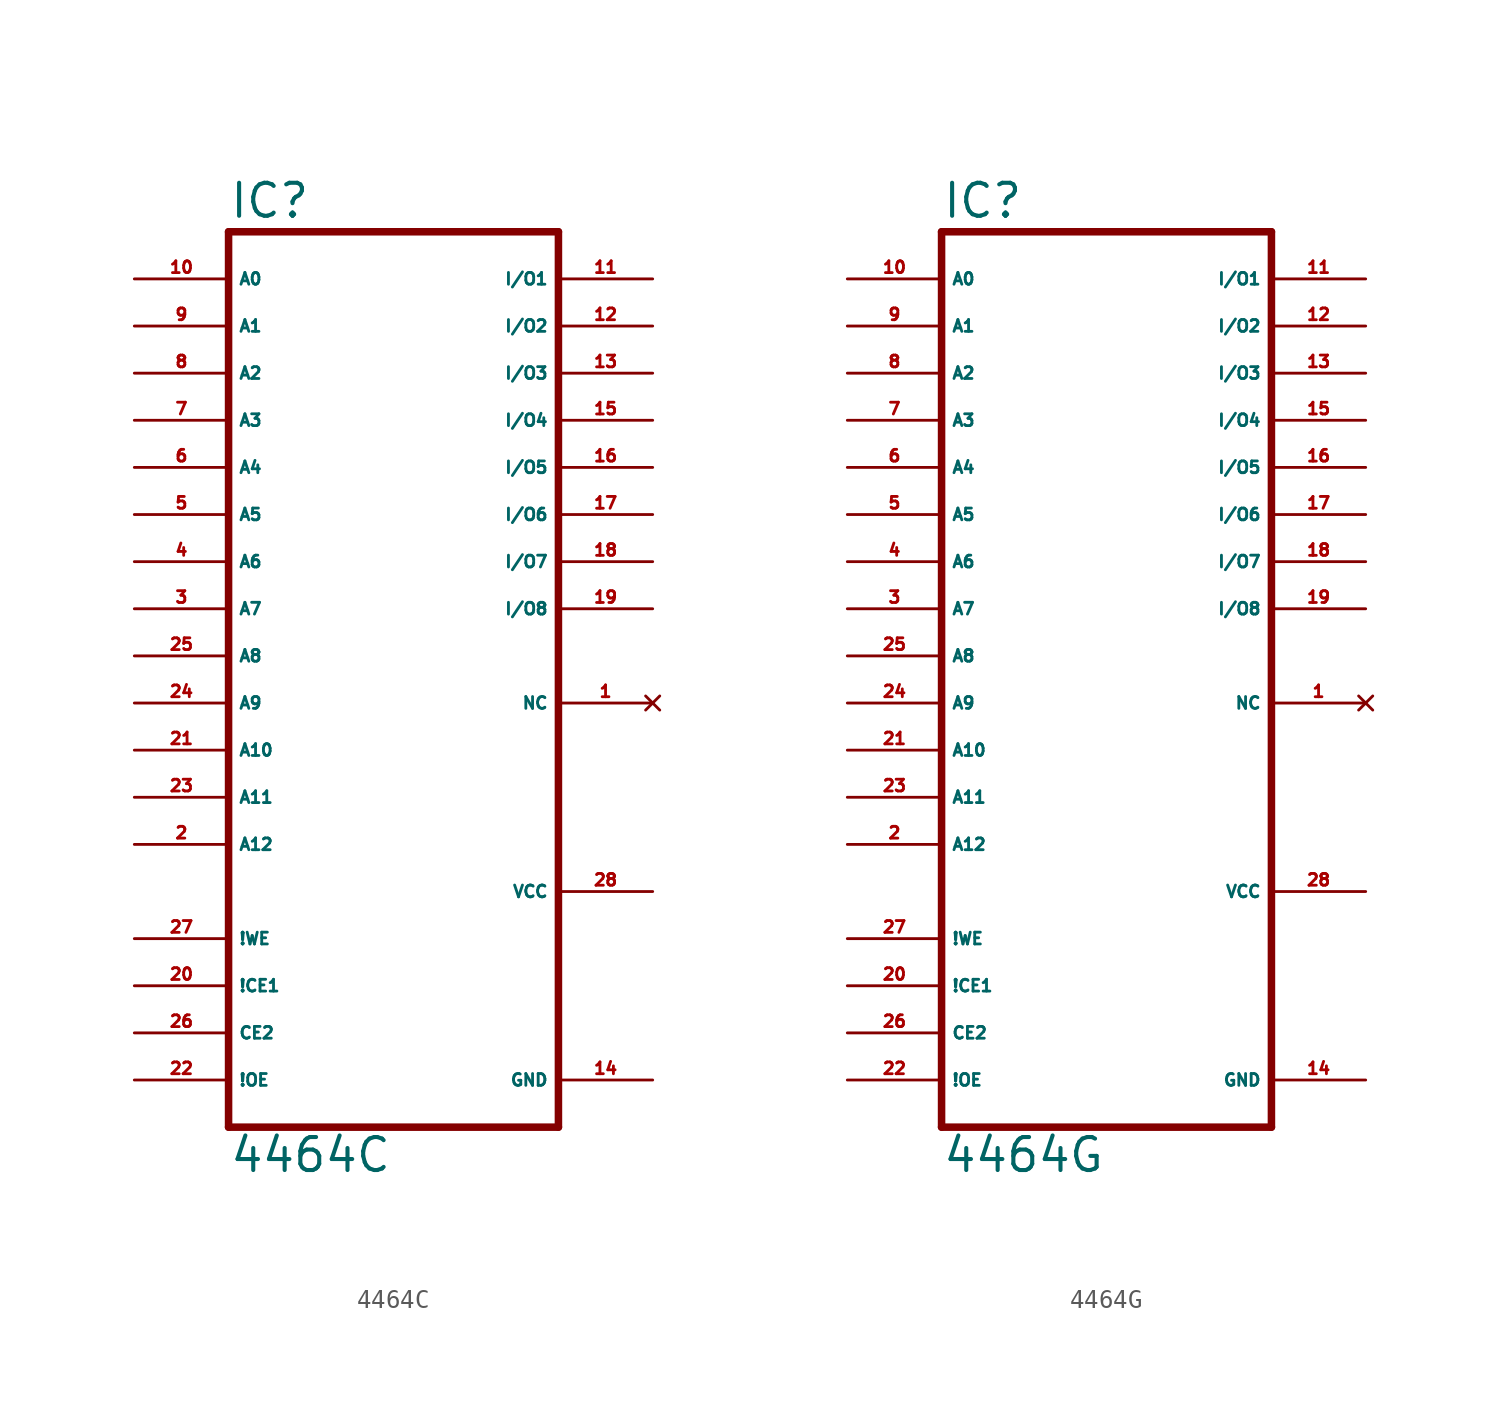
<source format=kicad_sym>
(kicad_symbol_lib
  (version 20220914)
  (generator Eagle2Kicad)
  (symbol "4464C"
    (property "Reference" "IC"
      (at -7.62 18.415 0)
      (effects (font (size 1.778 1.778) (thickness 0.22)) (justify left bottom)))
    (property "Value" "4464C"
      (at -7.62 -33.02 0)
      (effects (font (size 1.778 1.778) (thickness 0.22)) (justify left bottom)))
    (polyline
      (pts (xy -7.62 -30.48) (xy 10.16 -30.48))
      (stroke (width 0.406) (type default))
      (fill (type none)))
    (polyline
      (pts (xy 10.16 17.78) (xy 10.16 -30.48))
      (stroke (width 0.406) (type default))
      (fill (type none)))
    (polyline
      (pts (xy 10.16 17.78) (xy -7.62 17.78))
      (stroke (width 0.406) (type default))
      (fill (type none)))
    (polyline
      (pts (xy -7.62 -30.48) (xy -7.62 17.78))
      (stroke (width 0.406) (type default))
      (fill (type none)))
    (pin input line
      (at -12.7 15.24 0)
      (length 5.08)
      (name "A0" (effects (font (size 0.635 0.635) (thickness 0.08)) (justify left bottom)))
      (number "10" (effects (font (size 0.635 0.635) (thickness 0.08)) (justify left bottom))))
    (pin input line
      (at -12.7 12.7 0)
      (length 5.08)
      (name "A1" (effects (font (size 0.635 0.635) (thickness 0.08)) (justify left bottom)))
      (number "9" (effects (font (size 0.635 0.635) (thickness 0.08)) (justify left bottom))))
    (pin input line
      (at -12.7 10.16 0)
      (length 5.08)
      (name "A2" (effects (font (size 0.635 0.635) (thickness 0.08)) (justify left bottom)))
      (number "8" (effects (font (size 0.635 0.635) (thickness 0.08)) (justify left bottom))))
    (pin input line
      (at -12.7 7.62 0)
      (length 5.08)
      (name "A3" (effects (font (size 0.635 0.635) (thickness 0.08)) (justify left bottom)))
      (number "7" (effects (font (size 0.635 0.635) (thickness 0.08)) (justify left bottom))))
    (pin input line
      (at -12.7 5.08 0)
      (length 5.08)
      (name "A4" (effects (font (size 0.635 0.635) (thickness 0.08)) (justify left bottom)))
      (number "6" (effects (font (size 0.635 0.635) (thickness 0.08)) (justify left bottom))))
    (pin input line
      (at -12.7 2.54 0)
      (length 5.08)
      (name "A5" (effects (font (size 0.635 0.635) (thickness 0.08)) (justify left bottom)))
      (number "5" (effects (font (size 0.635 0.635) (thickness 0.08)) (justify left bottom))))
    (pin input line
      (at -12.7 0 0)
      (length 5.08)
      (name "A6" (effects (font (size 0.635 0.635) (thickness 0.08)) (justify left bottom)))
      (number "4" (effects (font (size 0.635 0.635) (thickness 0.08)) (justify left bottom))))
    (pin input line
      (at -12.7 -2.54 0)
      (length 5.08)
      (name "A7" (effects (font (size 0.635 0.635) (thickness 0.08)) (justify left bottom)))
      (number "3" (effects (font (size 0.635 0.635) (thickness 0.08)) (justify left bottom))))
    (pin input line
      (at -12.7 -5.08 0)
      (length 5.08)
      (name "A8" (effects (font (size 0.635 0.635) (thickness 0.08)) (justify left bottom)))
      (number "25" (effects (font (size 0.635 0.635) (thickness 0.08)) (justify left bottom))))
    (pin input line
      (at -12.7 -7.62 0)
      (length 5.08)
      (name "A9" (effects (font (size 0.635 0.635) (thickness 0.08)) (justify left bottom)))
      (number "24" (effects (font (size 0.635 0.635) (thickness 0.08)) (justify left bottom))))
    (pin input line
      (at -12.7 -10.16 0)
      (length 5.08)
      (name "A10" (effects (font (size 0.635 0.635) (thickness 0.08)) (justify left bottom)))
      (number "21" (effects (font (size 0.635 0.635) (thickness 0.08)) (justify left bottom))))
    (pin input line
      (at -12.7 -12.7 0)
      (length 5.08)
      (name "A11" (effects (font (size 0.635 0.635) (thickness 0.08)) (justify left bottom)))
      (number "23" (effects (font (size 0.635 0.635) (thickness 0.08)) (justify left bottom))))
    (pin input line
      (at -12.7 -15.24 0)
      (length 5.08)
      (name "A12" (effects (font (size 0.635 0.635) (thickness 0.08)) (justify left bottom)))
      (number "2" (effects (font (size 0.635 0.635) (thickness 0.08)) (justify left bottom))))
    (pin no_connect line
      (at 15.24 -7.62 180)
      (length 5.08)
      (name "NC" (effects (font (size 0.635 0.635) (thickness 0.08)) (justify left bottom) hide))
      (number "1" (effects (font (size 0.635 0.635) (thickness 0.08)) (justify left bottom) hide)))
    (pin bidirectional line
      (at 15.24 -2.54 180)
      (length 5.08)
      (name "I/O8" (effects (font (size 0.635 0.635) (thickness 0.08)) (justify left bottom)))
      (number "19" (effects (font (size 0.635 0.635) (thickness 0.08)) (justify left bottom))))
    (pin bidirectional line
      (at 15.24 0 180)
      (length 5.08)
      (name "I/O7" (effects (font (size 0.635 0.635) (thickness 0.08)) (justify left bottom)))
      (number "18" (effects (font (size 0.635 0.635) (thickness 0.08)) (justify left bottom))))
    (pin bidirectional line
      (at 15.24 2.54 180)
      (length 5.08)
      (name "I/O6" (effects (font (size 0.635 0.635) (thickness 0.08)) (justify left bottom)))
      (number "17" (effects (font (size 0.635 0.635) (thickness 0.08)) (justify left bottom))))
    (pin bidirectional line
      (at 15.24 5.08 180)
      (length 5.08)
      (name "I/O5" (effects (font (size 0.635 0.635) (thickness 0.08)) (justify left bottom)))
      (number "16" (effects (font (size 0.635 0.635) (thickness 0.08)) (justify left bottom))))
    (pin bidirectional line
      (at 15.24 7.62 180)
      (length 5.08)
      (name "I/O4" (effects (font (size 0.635 0.635) (thickness 0.08)) (justify left bottom)))
      (number "15" (effects (font (size 0.635 0.635) (thickness 0.08)) (justify left bottom))))
    (pin bidirectional line
      (at 15.24 10.16 180)
      (length 5.08)
      (name "I/O3" (effects (font (size 0.635 0.635) (thickness 0.08)) (justify left bottom)))
      (number "13" (effects (font (size 0.635 0.635) (thickness 0.08)) (justify left bottom))))
    (pin bidirectional line
      (at 15.24 12.7 180)
      (length 5.08)
      (name "I/O2" (effects (font (size 0.635 0.635) (thickness 0.08)) (justify left bottom)))
      (number "12" (effects (font (size 0.635 0.635) (thickness 0.08)) (justify left bottom))))
    (pin bidirectional line
      (at 15.24 15.24 180)
      (length 5.08)
      (name "I/O1" (effects (font (size 0.635 0.635) (thickness 0.08)) (justify left bottom)))
      (number "11" (effects (font (size 0.635 0.635) (thickness 0.08)) (justify left bottom))))
    (pin input line
      (at -12.7 -27.94 0)
      (length 5.08)
      (name "!OE" (effects (font (size 0.635 0.635) (thickness 0.08)) (justify left bottom)))
      (number "22" (effects (font (size 0.635 0.635) (thickness 0.08)) (justify left bottom))))
    (pin input line
      (at -12.7 -25.4 0)
      (length 5.08)
      (name "CE2" (effects (font (size 0.635 0.635) (thickness 0.08)) (justify left bottom)))
      (number "26" (effects (font (size 0.635 0.635) (thickness 0.08)) (justify left bottom))))
    (pin input line
      (at -12.7 -22.86 0)
      (length 5.08)
      (name "!CE1" (effects (font (size 0.635 0.635) (thickness 0.08)) (justify left bottom)))
      (number "20" (effects (font (size 0.635 0.635) (thickness 0.08)) (justify left bottom))))
    (pin input line
      (at -12.7 -20.32 0)
      (length 5.08)
      (name "!WE" (effects (font (size 0.635 0.635) (thickness 0.08)) (justify left bottom)))
      (number "27" (effects (font (size 0.635 0.635) (thickness 0.08)) (justify left bottom))))
    (pin unspecified line
      (at 15.24 -27.94 180)
      (length 5.08)
      (name "GND" (effects (font (size 0.635 0.635) (thickness 0.08)) (justify left bottom)))
      (number "14" (effects (font (size 0.635 0.635) (thickness 0.08)) (justify left bottom))))
    (pin unspecified line
      (at 15.24 -17.78 180)
      (length 5.08)
      (name "VCC" (effects (font (size 0.635 0.635) (thickness 0.08)) (justify left bottom)))
      (number "28" (effects (font (size 0.635 0.635) (thickness 0.08)) (justify left bottom)))))
  (symbol "4464G"
    (property "Reference" "IC"
      (at -7.62 18.415 0)
      (effects (font (size 1.778 1.778) (thickness 0.22)) (justify left bottom)))
    (property "Value" "4464G"
      (at -7.62 -33.02 0)
      (effects (font (size 1.778 1.778) (thickness 0.22)) (justify left bottom)))
    (polyline
      (pts (xy -7.62 -30.48) (xy 10.16 -30.48))
      (stroke (width 0.406) (type default))
      (fill (type none)))
    (polyline
      (pts (xy 10.16 17.78) (xy 10.16 -30.48))
      (stroke (width 0.406) (type default))
      (fill (type none)))
    (polyline
      (pts (xy 10.16 17.78) (xy -7.62 17.78))
      (stroke (width 0.406) (type default))
      (fill (type none)))
    (polyline
      (pts (xy -7.62 -30.48) (xy -7.62 17.78))
      (stroke (width 0.406) (type default))
      (fill (type none)))
    (pin input line
      (at -12.7 15.24 0)
      (length 5.08)
      (name "A0" (effects (font (size 0.635 0.635) (thickness 0.08)) (justify left bottom)))
      (number "10" (effects (font (size 0.635 0.635) (thickness 0.08)) (justify left bottom))))
    (pin input line
      (at -12.7 12.7 0)
      (length 5.08)
      (name "A1" (effects (font (size 0.635 0.635) (thickness 0.08)) (justify left bottom)))
      (number "9" (effects (font (size 0.635 0.635) (thickness 0.08)) (justify left bottom))))
    (pin input line
      (at -12.7 10.16 0)
      (length 5.08)
      (name "A2" (effects (font (size 0.635 0.635) (thickness 0.08)) (justify left bottom)))
      (number "8" (effects (font (size 0.635 0.635) (thickness 0.08)) (justify left bottom))))
    (pin input line
      (at -12.7 7.62 0)
      (length 5.08)
      (name "A3" (effects (font (size 0.635 0.635) (thickness 0.08)) (justify left bottom)))
      (number "7" (effects (font (size 0.635 0.635) (thickness 0.08)) (justify left bottom))))
    (pin input line
      (at -12.7 5.08 0)
      (length 5.08)
      (name "A4" (effects (font (size 0.635 0.635) (thickness 0.08)) (justify left bottom)))
      (number "6" (effects (font (size 0.635 0.635) (thickness 0.08)) (justify left bottom))))
    (pin input line
      (at -12.7 2.54 0)
      (length 5.08)
      (name "A5" (effects (font (size 0.635 0.635) (thickness 0.08)) (justify left bottom)))
      (number "5" (effects (font (size 0.635 0.635) (thickness 0.08)) (justify left bottom))))
    (pin input line
      (at -12.7 0 0)
      (length 5.08)
      (name "A6" (effects (font (size 0.635 0.635) (thickness 0.08)) (justify left bottom)))
      (number "4" (effects (font (size 0.635 0.635) (thickness 0.08)) (justify left bottom))))
    (pin input line
      (at -12.7 -2.54 0)
      (length 5.08)
      (name "A7" (effects (font (size 0.635 0.635) (thickness 0.08)) (justify left bottom)))
      (number "3" (effects (font (size 0.635 0.635) (thickness 0.08)) (justify left bottom))))
    (pin input line
      (at -12.7 -5.08 0)
      (length 5.08)
      (name "A8" (effects (font (size 0.635 0.635) (thickness 0.08)) (justify left bottom)))
      (number "25" (effects (font (size 0.635 0.635) (thickness 0.08)) (justify left bottom))))
    (pin input line
      (at -12.7 -7.62 0)
      (length 5.08)
      (name "A9" (effects (font (size 0.635 0.635) (thickness 0.08)) (justify left bottom)))
      (number "24" (effects (font (size 0.635 0.635) (thickness 0.08)) (justify left bottom))))
    (pin input line
      (at -12.7 -10.16 0)
      (length 5.08)
      (name "A10" (effects (font (size 0.635 0.635) (thickness 0.08)) (justify left bottom)))
      (number "21" (effects (font (size 0.635 0.635) (thickness 0.08)) (justify left bottom))))
    (pin input line
      (at -12.7 -12.7 0)
      (length 5.08)
      (name "A11" (effects (font (size 0.635 0.635) (thickness 0.08)) (justify left bottom)))
      (number "23" (effects (font (size 0.635 0.635) (thickness 0.08)) (justify left bottom))))
    (pin input line
      (at -12.7 -15.24 0)
      (length 5.08)
      (name "A12" (effects (font (size 0.635 0.635) (thickness 0.08)) (justify left bottom)))
      (number "2" (effects (font (size 0.635 0.635) (thickness 0.08)) (justify left bottom))))
    (pin no_connect line
      (at 15.24 -7.62 180)
      (length 5.08)
      (name "NC" (effects (font (size 0.635 0.635) (thickness 0.08)) (justify left bottom) hide))
      (number "1" (effects (font (size 0.635 0.635) (thickness 0.08)) (justify left bottom) hide)))
    (pin bidirectional line
      (at 15.24 -2.54 180)
      (length 5.08)
      (name "I/O8" (effects (font (size 0.635 0.635) (thickness 0.08)) (justify left bottom)))
      (number "19" (effects (font (size 0.635 0.635) (thickness 0.08)) (justify left bottom))))
    (pin bidirectional line
      (at 15.24 0 180)
      (length 5.08)
      (name "I/O7" (effects (font (size 0.635 0.635) (thickness 0.08)) (justify left bottom)))
      (number "18" (effects (font (size 0.635 0.635) (thickness 0.08)) (justify left bottom))))
    (pin bidirectional line
      (at 15.24 2.54 180)
      (length 5.08)
      (name "I/O6" (effects (font (size 0.635 0.635) (thickness 0.08)) (justify left bottom)))
      (number "17" (effects (font (size 0.635 0.635) (thickness 0.08)) (justify left bottom))))
    (pin bidirectional line
      (at 15.24 5.08 180)
      (length 5.08)
      (name "I/O5" (effects (font (size 0.635 0.635) (thickness 0.08)) (justify left bottom)))
      (number "16" (effects (font (size 0.635 0.635) (thickness 0.08)) (justify left bottom))))
    (pin bidirectional line
      (at 15.24 7.62 180)
      (length 5.08)
      (name "I/O4" (effects (font (size 0.635 0.635) (thickness 0.08)) (justify left bottom)))
      (number "15" (effects (font (size 0.635 0.635) (thickness 0.08)) (justify left bottom))))
    (pin bidirectional line
      (at 15.24 10.16 180)
      (length 5.08)
      (name "I/O3" (effects (font (size 0.635 0.635) (thickness 0.08)) (justify left bottom)))
      (number "13" (effects (font (size 0.635 0.635) (thickness 0.08)) (justify left bottom))))
    (pin bidirectional line
      (at 15.24 12.7 180)
      (length 5.08)
      (name "I/O2" (effects (font (size 0.635 0.635) (thickness 0.08)) (justify left bottom)))
      (number "12" (effects (font (size 0.635 0.635) (thickness 0.08)) (justify left bottom))))
    (pin bidirectional line
      (at 15.24 15.24 180)
      (length 5.08)
      (name "I/O1" (effects (font (size 0.635 0.635) (thickness 0.08)) (justify left bottom)))
      (number "11" (effects (font (size 0.635 0.635) (thickness 0.08)) (justify left bottom))))
    (pin input line
      (at -12.7 -27.94 0)
      (length 5.08)
      (name "!OE" (effects (font (size 0.635 0.635) (thickness 0.08)) (justify left bottom)))
      (number "22" (effects (font (size 0.635 0.635) (thickness 0.08)) (justify left bottom))))
    (pin input line
      (at -12.7 -25.4 0)
      (length 5.08)
      (name "CE2" (effects (font (size 0.635 0.635) (thickness 0.08)) (justify left bottom)))
      (number "26" (effects (font (size 0.635 0.635) (thickness 0.08)) (justify left bottom))))
    (pin input line
      (at -12.7 -22.86 0)
      (length 5.08)
      (name "!CE1" (effects (font (size 0.635 0.635) (thickness 0.08)) (justify left bottom)))
      (number "20" (effects (font (size 0.635 0.635) (thickness 0.08)) (justify left bottom))))
    (pin input line
      (at -12.7 -20.32 0)
      (length 5.08)
      (name "!WE" (effects (font (size 0.635 0.635) (thickness 0.08)) (justify left bottom)))
      (number "27" (effects (font (size 0.635 0.635) (thickness 0.08)) (justify left bottom))))
    (pin unspecified line
      (at 15.24 -27.94 180)
      (length 5.08)
      (name "GND" (effects (font (size 0.635 0.635) (thickness 0.08)) (justify left bottom)))
      (number "14" (effects (font (size 0.635 0.635) (thickness 0.08)) (justify left bottom))))
    (pin unspecified line
      (at 15.24 -17.78 180)
      (length 5.08)
      (name "VCC" (effects (font (size 0.635 0.635) (thickness 0.08)) (justify left bottom)))
      (number "28" (effects (font (size 0.635 0.635) (thickness 0.08)) (justify left bottom))))))
</source>
